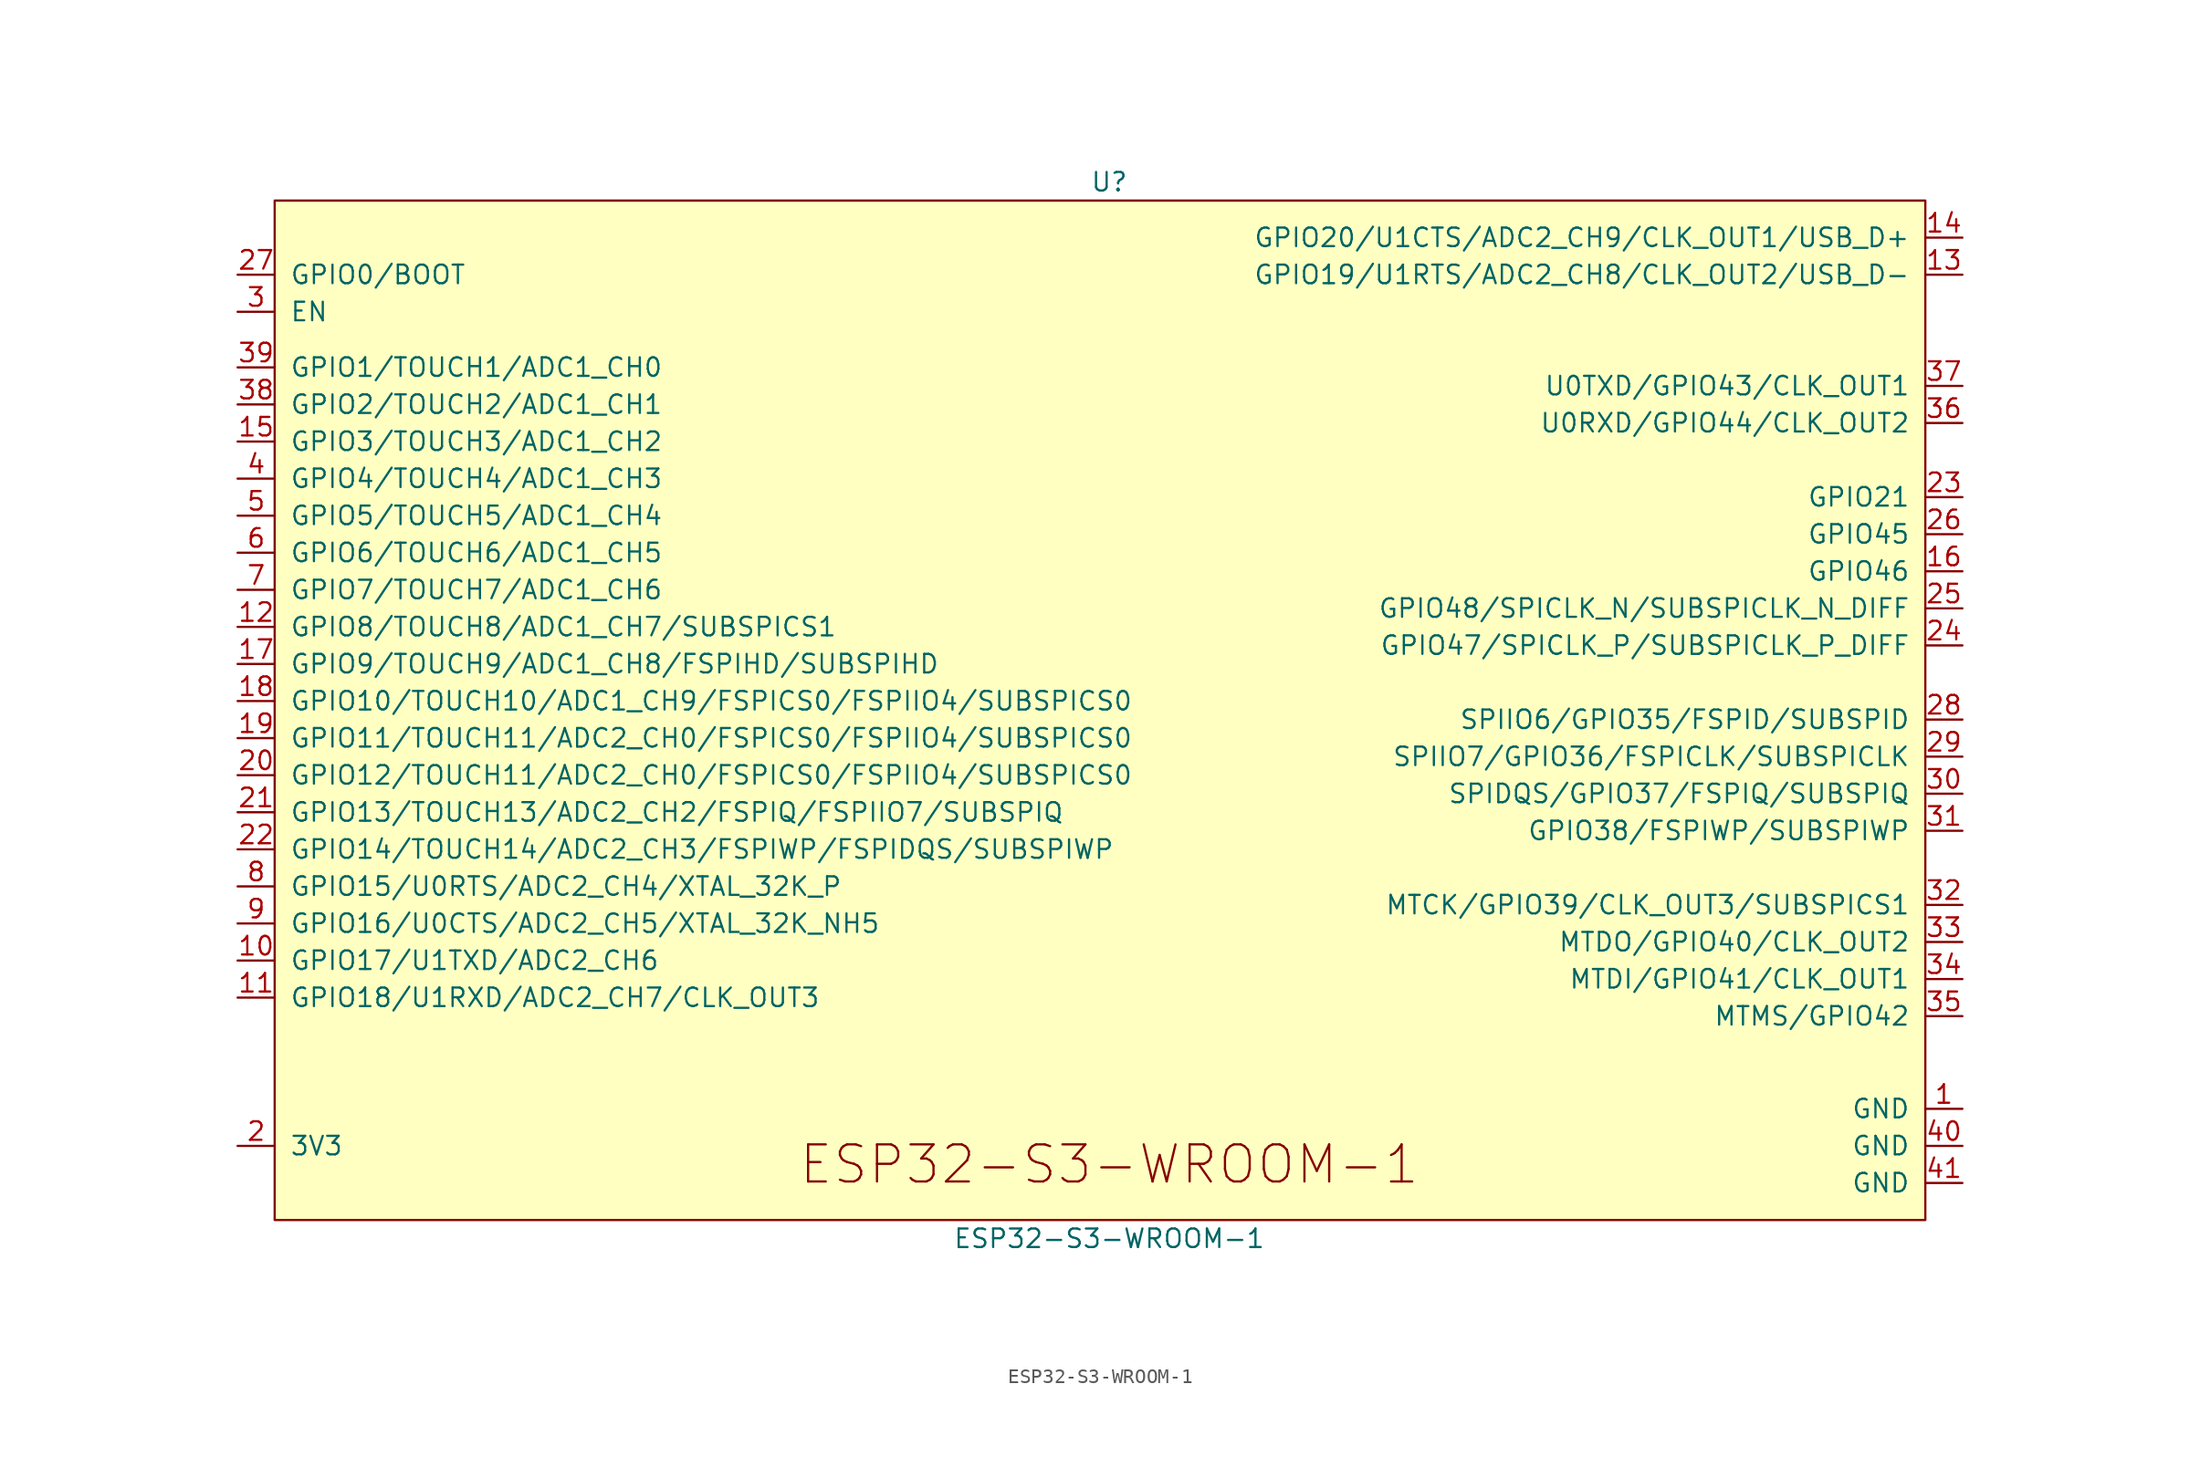
<source format=kicad_sym>
(kicad_symbol_lib
  (version 20211014)
  (generator kicad_symbol_editor)
  (symbol "ESP32-S3-WROOM-1"
    (pin_names
      (offset 1.016))
    (property "Reference" "U"
      (at 0 35.56 0)
      (effects (font (size 1.27 1.27))))
    (property "Value" "ESP32-S3-WROOM-1"
      (at 0 -36.83 0)
      (effects (font (size 1.27 1.27))))
    (symbol "ESP32-S3-WROOM-1_0_0"
      (rectangle (start -57.15 34.29) (end 55.88 -35.56) (stroke (width 0) (type default) (color 0 0 0 0)) (fill (type background)))
      (text "ESP32-S3-WROOM-1" (at 0 -31.75 0) (effects (font (size 2.54 2.54))))
      (pin power_in line (at 58.42 -27.94 180) (length 2.54) (name "GND" (effects (font (size 1.27 1.27)))) (number "1" (effects (font (size 1.27 1.27)))))
      (pin bidirectional line (at -59.69 -17.78 0) (length 2.54) (name "GPIO17/U1TXD/ADC2_CH6" (effects (font (size 1.27 1.27)))) (number "10" (effects (font (size 1.27 1.27)))))
      (pin bidirectional line (at -59.69 -20.32 0) (length 2.54) (name "GPIO18/U1RXD/ADC2_CH7/CLK_OUT3" (effects (font (size 1.27 1.27)))) (number "11" (effects (font (size 1.27 1.27)))))
      (pin bidirectional line (at -59.69 5.08 0) (length 2.54) (name "GPIO8/TOUCH8/ADC1_CH7/SUBSPICS1" (effects (font (size 1.27 1.27)))) (number "12" (effects (font (size 1.27 1.27)))))
      (pin bidirectional line (at 58.42 29.21 180) (length 2.54) (name "GPIO19/U1RTS/ADC2_CH8/CLK_OUT2/USB_D-" (effects (font (size 1.27 1.27)))) (number "13" (effects (font (size 1.27 1.27)))))
      (pin bidirectional line (at 58.42 31.75 180) (length 2.54) (name "GPIO20/U1CTS/ADC2_CH9/CLK_OUT1/USB_D+" (effects (font (size 1.27 1.27)))) (number "14" (effects (font (size 1.27 1.27)))))
      (pin bidirectional line (at -59.69 17.78 0) (length 2.54) (name "GPIO3/TOUCH3/ADC1_CH2" (effects (font (size 1.27 1.27)))) (number "15" (effects (font (size 1.27 1.27)))))
      (pin bidirectional line (at 58.42 8.89 180) (length 2.54) (name "GPIO46" (effects (font (size 1.27 1.27)))) (number "16" (effects (font (size 1.27 1.27)))))
      (pin bidirectional line (at -59.69 2.54 0) (length 2.54) (name "GPIO9/TOUCH9/ADC1_CH8/FSPIHD/SUBSPIHD" (effects (font (size 1.27 1.27)))) (number "17" (effects (font (size 1.27 1.27)))))
      (pin bidirectional line (at -59.69 0 0) (length 2.54) (name "GPIO10/TOUCH10/ADC1_CH9/FSPICS0/FSPIIO4/SUBSPICS0" (effects (font (size 1.27 1.27)))) (number "18" (effects (font (size 1.27 1.27)))))
      (pin bidirectional line (at -59.69 -2.54 0) (length 2.54) (name "GPIO11/TOUCH11/ADC2_CH0/FSPICS0/FSPIIO4/SUBSPICS0" (effects (font (size 1.27 1.27)))) (number "19" (effects (font (size 1.27 1.27)))))
      (pin power_in line (at -59.69 -30.48 0) (length 2.54) (name "3V3" (effects (font (size 1.27 1.27)))) (number "2" (effects (font (size 1.27 1.27)))))
      (pin bidirectional line (at -59.69 -5.08 0) (length 2.54) (name "GPIO12/TOUCH11/ADC2_CH0/FSPICS0/FSPIIO4/SUBSPICS0" (effects (font (size 1.27 1.27)))) (number "20" (effects (font (size 1.27 1.27)))))
      (pin bidirectional line (at -59.69 -7.62 0) (length 2.54) (name "GPIO13/TOUCH13/ADC2_CH2/FSPIQ/FSPIIO7/SUBSPIQ" (effects (font (size 1.27 1.27)))) (number "21" (effects (font (size 1.27 1.27)))))
      (pin bidirectional line (at -59.69 -10.16 0) (length 2.54) (name "GPIO14/TOUCH14/ADC2_CH3/FSPIWP/FSPIDQS/SUBSPIWP" (effects (font (size 1.27 1.27)))) (number "22" (effects (font (size 1.27 1.27)))))
      (pin bidirectional line (at 58.42 13.97 180) (length 2.54) (name "GPIO21" (effects (font (size 1.27 1.27)))) (number "23" (effects (font (size 1.27 1.27)))))
      (pin bidirectional line (at 58.42 3.81 180) (length 2.54) (name "GPIO47/SPICLK_P/SUBSPICLK_P_DIFF" (effects (font (size 1.27 1.27)))) (number "24" (effects (font (size 1.27 1.27)))))
      (pin bidirectional line (at 58.42 6.35 180) (length 2.54) (name "GPIO48/SPICLK_N/SUBSPICLK_N_DIFF" (effects (font (size 1.27 1.27)))) (number "25" (effects (font (size 1.27 1.27)))))
      (pin bidirectional line (at 58.42 11.43 180) (length 2.54) (name "GPIO45" (effects (font (size 1.27 1.27)))) (number "26" (effects (font (size 1.27 1.27)))))
      (pin bidirectional line (at -59.69 29.21 0) (length 2.54) (name "GPIO0/BOOT" (effects (font (size 1.27 1.27)))) (number "27" (effects (font (size 1.27 1.27)))))
      (pin bidirectional line (at 58.42 -1.27 180) (length 2.54) (name "SPIIO6/GPIO35/FSPID/SUBSPID" (effects (font (size 1.27 1.27)))) (number "28" (effects (font (size 1.27 1.27)))))
      (pin bidirectional line (at 58.42 -3.81 180) (length 2.54) (name "SPIIO7/GPIO36/FSPICLK/SUBSPICLK" (effects (font (size 1.27 1.27)))) (number "29" (effects (font (size 1.27 1.27)))))
      (pin input line (at -59.69 26.67 0) (length 2.54) (name "EN" (effects (font (size 1.27 1.27)))) (number "3" (effects (font (size 1.27 1.27)))))
      (pin bidirectional line (at 58.42 -6.35 180) (length 2.54) (name "SPIDQS/GPIO37/FSPIQ/SUBSPIQ" (effects (font (size 1.27 1.27)))) (number "30" (effects (font (size 1.27 1.27)))))
      (pin bidirectional line (at 58.42 -8.89 180) (length 2.54) (name "GPIO38/FSPIWP/SUBSPIWP" (effects (font (size 1.27 1.27)))) (number "31" (effects (font (size 1.27 1.27)))))
      (pin bidirectional line (at 58.42 -13.97 180) (length 2.54) (name "MTCK/GPIO39/CLK_OUT3/SUBSPICS1" (effects (font (size 1.27 1.27)))) (number "32" (effects (font (size 1.27 1.27)))))
      (pin bidirectional line (at 58.42 -16.51 180) (length 2.54) (name "MTDO/GPIO40/CLK_OUT2" (effects (font (size 1.27 1.27)))) (number "33" (effects (font (size 1.27 1.27)))))
      (pin bidirectional line (at 58.42 -19.05 180) (length 2.54) (name "MTDI/GPIO41/CLK_OUT1" (effects (font (size 1.27 1.27)))) (number "34" (effects (font (size 1.27 1.27)))))
      (pin bidirectional line (at 58.42 -21.59 180) (length 2.54) (name "MTMS/GPIO42" (effects (font (size 1.27 1.27)))) (number "35" (effects (font (size 1.27 1.27)))))
      (pin bidirectional line (at 58.42 19.05 180) (length 2.54) (name "U0RXD/GPIO44/CLK_OUT2" (effects (font (size 1.27 1.27)))) (number "36" (effects (font (size 1.27 1.27)))))
      (pin bidirectional line (at 58.42 21.59 180) (length 2.54) (name "U0TXD/GPIO43/CLK_OUT1" (effects (font (size 1.27 1.27)))) (number "37" (effects (font (size 1.27 1.27)))))
      (pin bidirectional line (at -59.69 20.32 0) (length 2.54) (name "GPIO2/TOUCH2/ADC1_CH1" (effects (font (size 1.27 1.27)))) (number "38" (effects (font (size 1.27 1.27)))))
      (pin bidirectional line (at -59.69 22.86 0) (length 2.54) (name "GPIO1/TOUCH1/ADC1_CH0" (effects (font (size 1.27 1.27)))) (number "39" (effects (font (size 1.27 1.27)))))
      (pin bidirectional line (at -59.69 15.24 0) (length 2.54) (name "GPIO4/TOUCH4/ADC1_CH3" (effects (font (size 1.27 1.27)))) (number "4" (effects (font (size 1.27 1.27)))))
      (pin power_in line (at 58.42 -30.48 180) (length 2.54) (name "GND" (effects (font (size 1.27 1.27)))) (number "40" (effects (font (size 1.27 1.27)))))
      (pin power_in line (at 58.42 -33.02 180) (length 2.54) (name "GND" (effects (font (size 1.27 1.27)))) (number "41" (effects (font (size 1.27 1.27)))))
      (pin bidirectional line (at -59.69 12.7 0) (length 2.54) (name "GPIO5/TOUCH5/ADC1_CH4" (effects (font (size 1.27 1.27)))) (number "5" (effects (font (size 1.27 1.27)))))
      (pin bidirectional line (at -59.69 10.16 0) (length 2.54) (name "GPIO6/TOUCH6/ADC1_CH5" (effects (font (size 1.27 1.27)))) (number "6" (effects (font (size 1.27 1.27)))))
      (pin bidirectional line (at -59.69 7.62 0) (length 2.54) (name "GPIO7/TOUCH7/ADC1_CH6" (effects (font (size 1.27 1.27)))) (number "7" (effects (font (size 1.27 1.27)))))
      (pin bidirectional line (at -59.69 -12.7 0) (length 2.54) (name "GPIO15/U0RTS/ADC2_CH4/XTAL_32K_P" (effects (font (size 1.27 1.27)))) (number "8" (effects (font (size 1.27 1.27)))))
      (pin bidirectional line (at -59.69 -15.24 0) (length 2.54) (name "GPIO16/U0CTS/ADC2_CH5/XTAL_32K_NH5" (effects (font (size 1.27 1.27)))) (number "9" (effects (font (size 1.27 1.27))))))))
</source>
